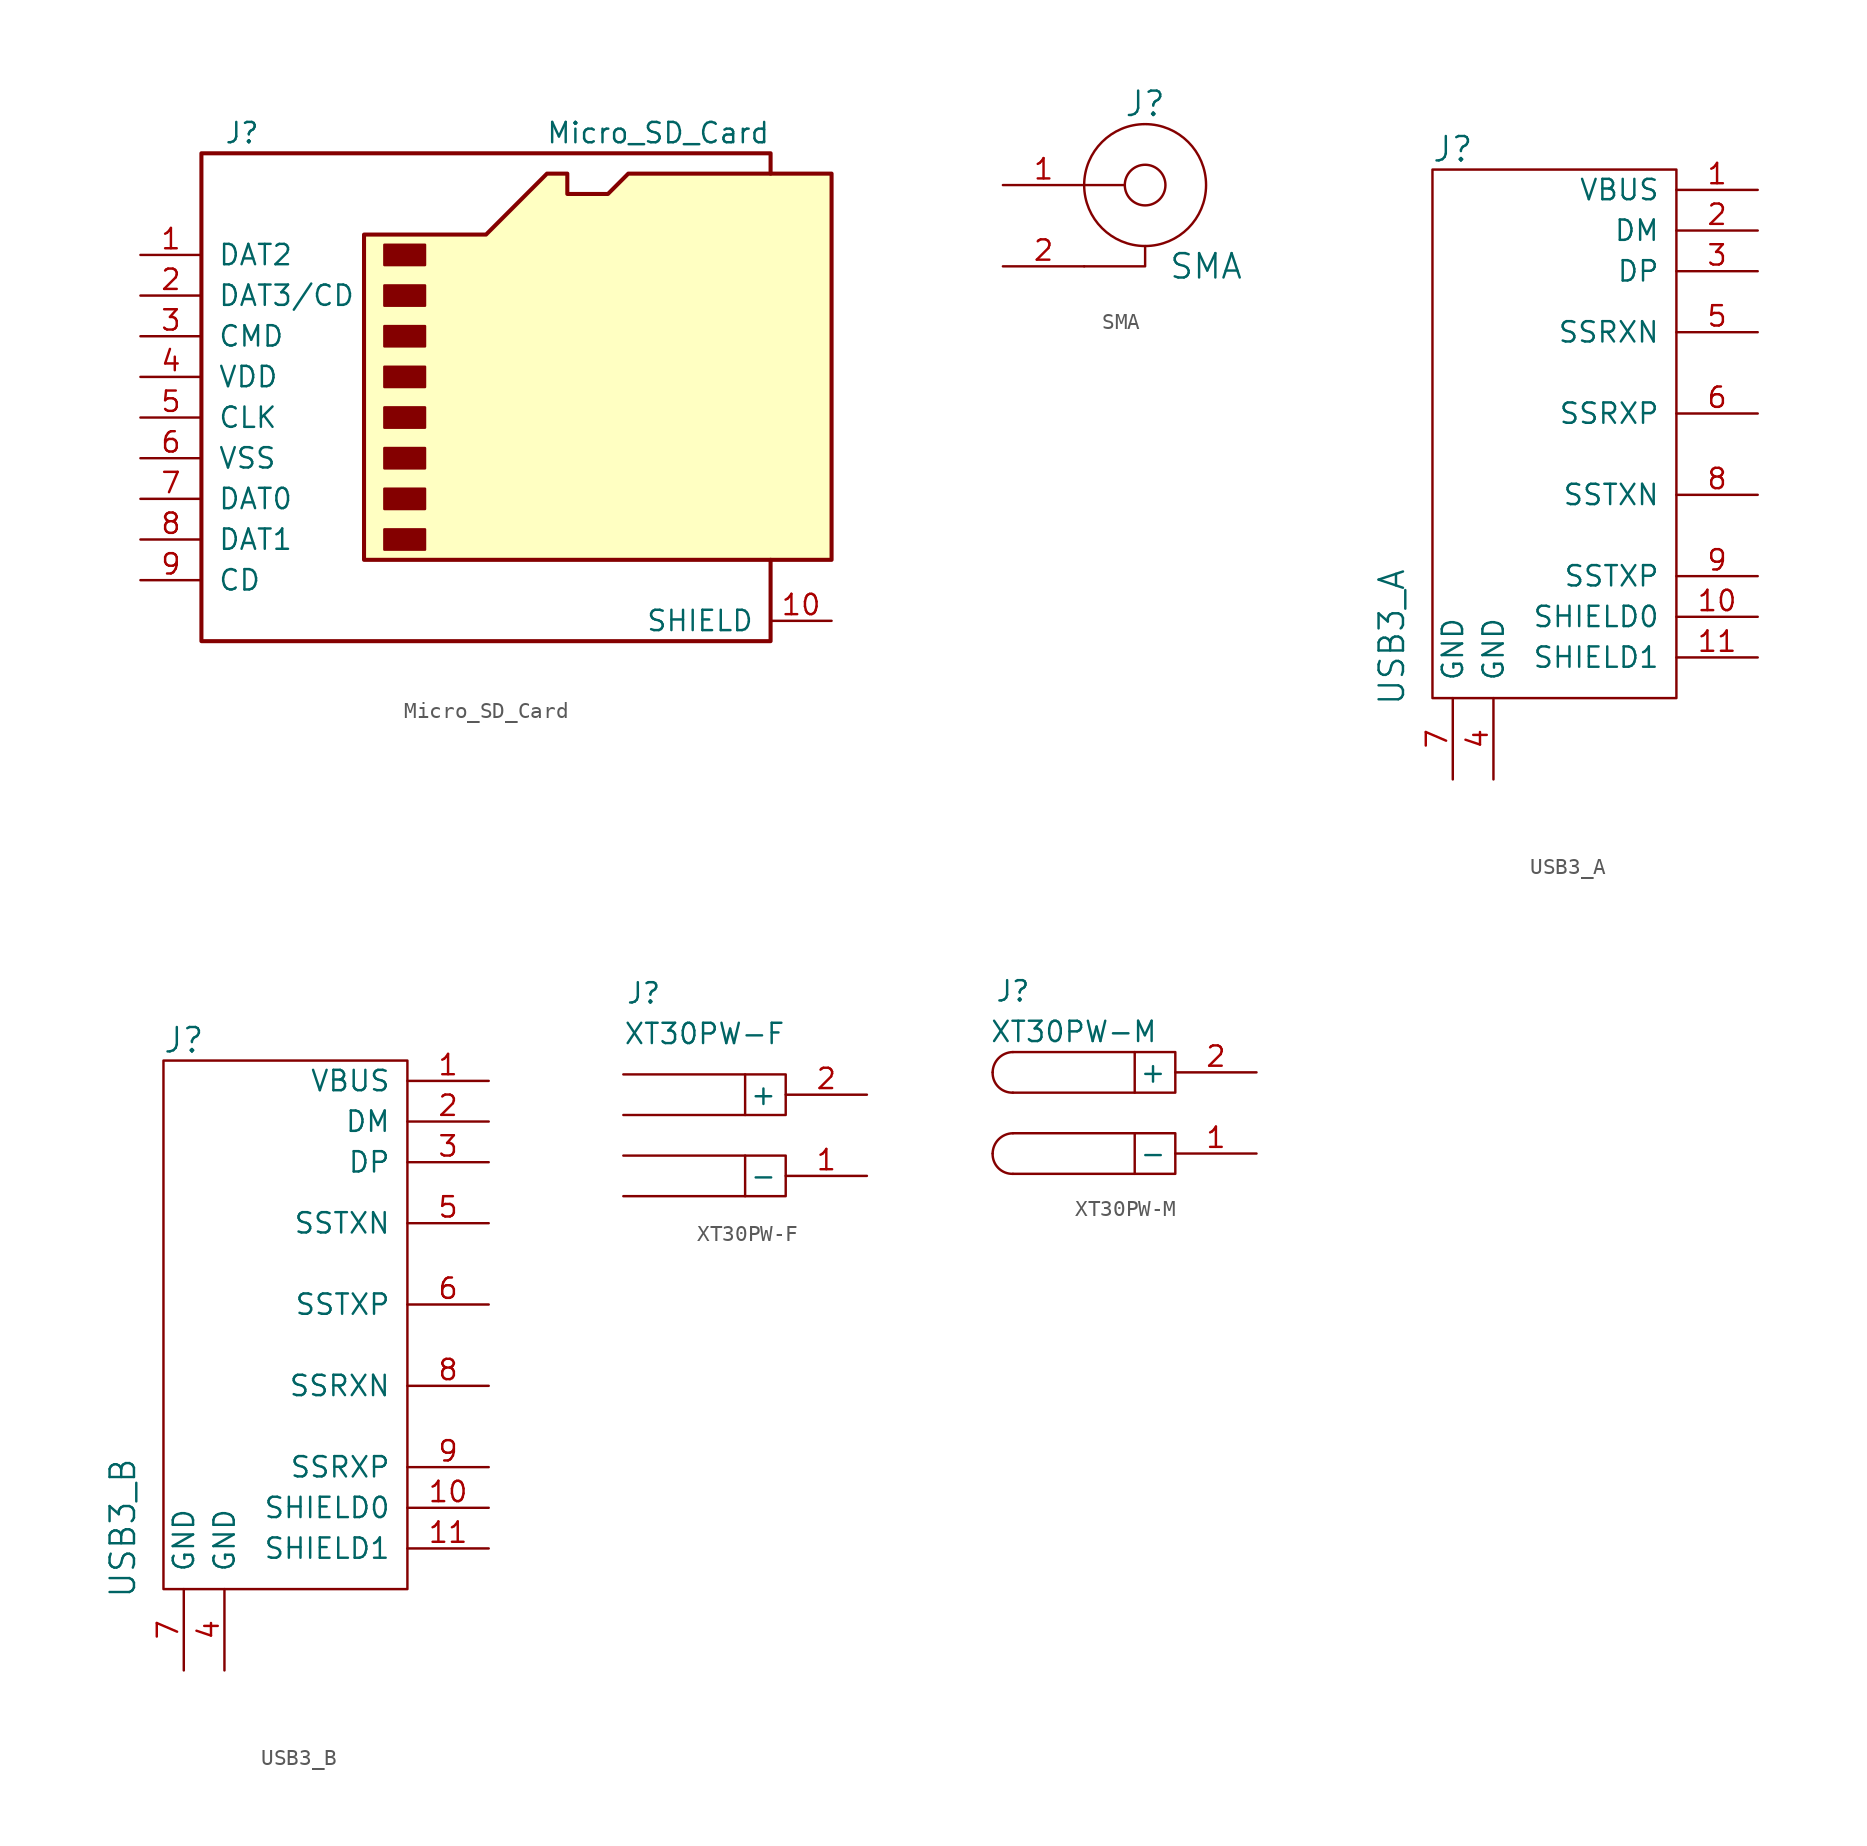
<source format=kicad_sym>
(kicad_symbol_lib
  (version 20220914)
  (generator kicad_symbol_editor)
  (symbol "Micro_SD_Card"
    (pin_names
      (offset 1.016))
    (property "Reference" "J"
      (at -16.51 15.24 0)
      (effects (font (size 1.27 1.27))))
    (property "Value" "Micro_SD_Card"
      (at 16.51 15.24 0)
      (effects (font (size 1.27 1.27)) (justify right)))
    (symbol "Micro_SD_Card_0_1"
      (rectangle (start -7.62 -9.525) (end -5.08 -10.795) (stroke (width 0) (type default)) (fill (type outline)))
      (rectangle (start -7.62 -6.985) (end -5.08 -8.255) (stroke (width 0) (type default)) (fill (type outline)))
      (rectangle (start -7.62 -4.445) (end -5.08 -5.715) (stroke (width 0) (type default)) (fill (type outline)))
      (rectangle (start -7.62 -1.905) (end -5.08 -3.175) (stroke (width 0) (type default)) (fill (type outline)))
      (rectangle (start -7.62 0.635) (end -5.08 -0.635) (stroke (width 0) (type default)) (fill (type outline)))
      (rectangle (start -7.62 3.175) (end -5.08 1.905) (stroke (width 0) (type default)) (fill (type outline)))
      (rectangle (start -7.62 5.715) (end -5.08 4.445) (stroke (width 0) (type default)) (fill (type outline)))
      (rectangle (start -7.62 8.255) (end -5.08 6.985) (stroke (width 0) (type default)) (fill (type outline)))
      (polyline (pts (xy 16.51 12.7) (xy 16.51 13.97) (xy -19.05 13.97) (xy -19.05 -16.51) (xy 16.51 -16.51) (xy 16.51 -11.43)) (stroke (width 0.254) (type default)) (fill (type none)))
      (polyline (pts (xy -8.89 -11.43) (xy -8.89 8.89) (xy -1.27 8.89) (xy 2.54 12.7) (xy 3.81 12.7) (xy 3.81 11.43) (xy 6.35 11.43) (xy 7.62 12.7) (xy 20.32 12.7) (xy 20.32 -11.43) (xy -8.89 -11.43)) (stroke (width 0.254) (type default)) (fill (type background))))
    (symbol "Micro_SD_Card_1_1"
      (pin bidirectional line (at -22.86 7.62 0) (length 3.81) (name "DAT2" (effects (font (size 1.27 1.27)))) (number "1" (effects (font (size 1.27 1.27)))))
      (pin passive line (at 20.32 -15.24 180) (length 3.81) (name "SHIELD" (effects (font (size 1.27 1.27)))) (number "10" (effects (font (size 1.27 1.27)))))
      (pin bidirectional line (at -22.86 5.08 0) (length 3.81) (name "DAT3/CD" (effects (font (size 1.27 1.27)))) (number "2" (effects (font (size 1.27 1.27)))))
      (pin input line (at -22.86 2.54 0) (length 3.81) (name "CMD" (effects (font (size 1.27 1.27)))) (number "3" (effects (font (size 1.27 1.27)))))
      (pin power_in line (at -22.86 0 0) (length 3.81) (name "VDD" (effects (font (size 1.27 1.27)))) (number "4" (effects (font (size 1.27 1.27)))))
      (pin input line (at -22.86 -2.54 0) (length 3.81) (name "CLK" (effects (font (size 1.27 1.27)))) (number "5" (effects (font (size 1.27 1.27)))))
      (pin power_in line (at -22.86 -5.08 0) (length 3.81) (name "VSS" (effects (font (size 1.27 1.27)))) (number "6" (effects (font (size 1.27 1.27)))))
      (pin input line (at -22.86 -7.62 0) (length 3.81) (name "DAT0" (effects (font (size 1.27 1.27)))) (number "7" (effects (font (size 1.27 1.27)))))
      (pin input line (at -22.86 -10.16 0) (length 3.81) (name "DAT1" (effects (font (size 1.27 1.27)))) (number "8" (effects (font (size 1.27 1.27)))))
      (pin input line (at -22.86 -12.7 0) (length 3.81) (name "CD" (effects (font (size 1.27 1.27)))) (number "9" (effects (font (size 1.27 1.27)))))))
  (symbol "SMA"
    (pin_names
      (offset 1.016))
    (property "Reference" "J"
      (at 0 5.08 0)
      (effects (font (size 1.524 1.524))))
    (property "Value" "SMA"
      (at 3.81 -5.08 0)
      (effects (font (size 1.524 1.524))))
    (property "Footprint" ""
      (at 0 0 0)
      (effects (font (size 1.524 1.524))))
    (property "Datasheet" ""
      (at 0 0 0)
      (effects (font (size 1.524 1.524))))
    (symbol "SMA_0_1"
      (polyline (pts (xy -1.27 0) (xy -3.81 0)) (stroke (width 0) (type default)) (fill (type none)))
      (polyline (pts (xy 0 -3.81) (xy 0 -5.08) (xy -3.81 -5.08)) (stroke (width 0) (type default)) (fill (type none)))
      (circle (center 0 0) (radius 1.27) (stroke (width 0) (type default)) (fill (type none)))
      (circle (center 0 0) (radius 3.81) (stroke (width 0) (type default)) (fill (type none))))
    (symbol "SMA_1_1"
      (pin unspecified line (at -8.89 0 0) (length 5.08) (name "~" (effects (font (size 1.27 1.27)))) (number "1" (effects (font (size 1.27 1.27)))))
      (pin unspecified line (at -8.89 -5.08 0) (length 5.08) (name "~" (effects (font (size 1.27 1.27)))) (number "2" (effects (font (size 1.27 1.27)))))))
  (symbol "USB3_A"
    (pin_names
      (offset 1.016))
    (property "Reference" "J"
      (at -6.35 21.59 0)
      (effects (font (size 1.524 1.524))))
    (property "Value" "USB3_A"
      (at -10.16 -8.89 90)
      (effects (font (size 1.524 1.524))))
    (property "Footprint" ""
      (at 0 0 0)
      (effects (font (size 1.524 1.524))))
    (property "Datasheet" ""
      (at 0 0 0)
      (effects (font (size 1.524 1.524))))
    (symbol "USB3_A_0_1"
      (rectangle (start -7.62 -12.7) (end 7.62 20.32) (stroke (width 0) (type default)) (fill (type none))))
    (symbol "USB3_A_1_1"
      (pin unspecified line (at 12.7 19.05 180) (length 5.08) (name "VBUS" (effects (font (size 1.27 1.27)))) (number "1" (effects (font (size 1.27 1.27)))))
      (pin unspecified line (at 12.7 -7.62 180) (length 5.08) (name "SHIELD0" (effects (font (size 1.27 1.27)))) (number "10" (effects (font (size 1.27 1.27)))))
      (pin unspecified line (at 12.7 -10.16 180) (length 5.08) (name "SHIELD1" (effects (font (size 1.27 1.27)))) (number "11" (effects (font (size 1.27 1.27)))))
      (pin unspecified line (at 12.7 16.51 180) (length 5.08) (name "DM" (effects (font (size 1.27 1.27)))) (number "2" (effects (font (size 1.27 1.27)))))
      (pin unspecified line (at 12.7 13.97 180) (length 5.08) (name "DP" (effects (font (size 1.27 1.27)))) (number "3" (effects (font (size 1.27 1.27)))))
      (pin unspecified line (at -3.81 -17.78 90) (length 5.08) (name "GND" (effects (font (size 1.27 1.27)))) (number "4" (effects (font (size 1.27 1.27)))))
      (pin unspecified line (at 12.7 10.16 180) (length 5.08) (name "SSRXN" (effects (font (size 1.27 1.27)))) (number "5" (effects (font (size 1.27 1.27)))))
      (pin unspecified line (at 12.7 5.08 180) (length 5.08) (name "SSRXP" (effects (font (size 1.27 1.27)))) (number "6" (effects (font (size 1.27 1.27)))))
      (pin unspecified line (at -6.35 -17.78 90) (length 5.08) (name "GND" (effects (font (size 1.27 1.27)))) (number "7" (effects (font (size 1.27 1.27)))))
      (pin unspecified line (at 12.7 0 180) (length 5.08) (name "SSTXN" (effects (font (size 1.27 1.27)))) (number "8" (effects (font (size 1.27 1.27)))))
      (pin unspecified line (at 12.7 -5.08 180) (length 5.08) (name "SSTXP" (effects (font (size 1.27 1.27)))) (number "9" (effects (font (size 1.27 1.27)))))))
  (symbol "USB3_B"
    (pin_names
      (offset 1.016))
    (property "Reference" "J"
      (at -6.35 21.59 0)
      (effects (font (size 1.524 1.524))))
    (property "Value" "USB3_B"
      (at -10.16 -8.89 90)
      (effects (font (size 1.524 1.524))))
    (property "Footprint" ""
      (at 0 0 0)
      (effects (font (size 1.524 1.524))))
    (property "Datasheet" ""
      (at 0 0 0)
      (effects (font (size 1.524 1.524))))
    (symbol "USB3_B_0_1"
      (rectangle (start -7.62 -12.7) (end 7.62 20.32) (stroke (width 0) (type default)) (fill (type none))))
    (symbol "USB3_B_1_1"
      (pin unspecified line (at 12.7 19.05 180) (length 5.08) (name "VBUS" (effects (font (size 1.27 1.27)))) (number "1" (effects (font (size 1.27 1.27)))))
      (pin unspecified line (at 12.7 -7.62 180) (length 5.08) (name "SHIELD0" (effects (font (size 1.27 1.27)))) (number "10" (effects (font (size 1.27 1.27)))))
      (pin unspecified line (at 12.7 -10.16 180) (length 5.08) (name "SHIELD1" (effects (font (size 1.27 1.27)))) (number "11" (effects (font (size 1.27 1.27)))))
      (pin unspecified line (at 12.7 16.51 180) (length 5.08) (name "DM" (effects (font (size 1.27 1.27)))) (number "2" (effects (font (size 1.27 1.27)))))
      (pin unspecified line (at 12.7 13.97 180) (length 5.08) (name "DP" (effects (font (size 1.27 1.27)))) (number "3" (effects (font (size 1.27 1.27)))))
      (pin unspecified line (at -3.81 -17.78 90) (length 5.08) (name "GND" (effects (font (size 1.27 1.27)))) (number "4" (effects (font (size 1.27 1.27)))))
      (pin unspecified line (at 12.7 10.16 180) (length 5.08) (name "SSTXN" (effects (font (size 1.27 1.27)))) (number "5" (effects (font (size 1.27 1.27)))))
      (pin unspecified line (at 12.7 5.08 180) (length 5.08) (name "SSTXP" (effects (font (size 1.27 1.27)))) (number "6" (effects (font (size 1.27 1.27)))))
      (pin unspecified line (at -6.35 -17.78 90) (length 5.08) (name "GND" (effects (font (size 1.27 1.27)))) (number "7" (effects (font (size 1.27 1.27)))))
      (pin unspecified line (at 12.7 0 180) (length 5.08) (name "SSRXN" (effects (font (size 1.27 1.27)))) (number "8" (effects (font (size 1.27 1.27)))))
      (pin unspecified line (at 12.7 -5.08 180) (length 5.08) (name "SSRXP" (effects (font (size 1.27 1.27)))) (number "9" (effects (font (size 1.27 1.27)))))))
  (symbol "XT30PW-F"
    (property "Reference" "J"
      (at -5.08 8.89 0)
      (effects (font (size 1.27 1.27))))
    (property "Value" "XT30PW-F"
      (at -1.27 6.35 0)
      (effects (font (size 1.27 1.27))))
    (symbol "XT30PW-F_0_1"
      (polyline (pts (xy -6.35 -3.81) (xy 1.27 -3.81)) (stroke (width 0) (type default)) (fill (type none)))
      (polyline (pts (xy -6.35 1.27) (xy 1.27 1.27)) (stroke (width 0) (type default)) (fill (type none)))
      (polyline (pts (xy 1.27 -1.27) (xy -6.35 -1.27)) (stroke (width 0) (type default)) (fill (type none)))
      (polyline (pts (xy 1.27 3.81) (xy -6.35 3.81)) (stroke (width 0) (type default)) (fill (type none)))
      (rectangle (start 3.81 -1.27) (end 1.27 -3.81) (stroke (width 0) (type default)) (fill (type none)))
      (rectangle (start 3.81 3.81) (end 1.27 1.27) (stroke (width 0) (type default)) (fill (type none))))
    (symbol "XT30PW-F_1_1"
      (pin passive line (at 8.89 -2.54 180) (length 5.08) (name "-" (effects (font (size 1.27 1.27)))) (number "1" (effects (font (size 1.27 1.27)))))
      (pin passive line (at 8.89 2.54 180) (length 5.08) (name "+" (effects (font (size 1.27 1.27)))) (number "2" (effects (font (size 1.27 1.27)))))))
  (symbol "XT30PW-M"
    (property "Reference" "J"
      (at -8.89 7.62 0)
      (effects (font (size 1.27 1.27))))
    (property "Value" "XT30PW-M"
      (at -5.08 5.08 0)
      (effects (font (size 1.27 1.27))))
    (symbol "XT30PW-M_0_1"
      (arc (start -10.16 -2.54) (mid -9.7971 -3.4546) (end -8.89 -3.81) (stroke (width 0) (type default)) (fill (type none)))
      (arc (start -10.16 2.54) (mid -9.7971 1.6254) (end -8.89 1.27) (stroke (width 0) (type default)) (fill (type none)))
      (arc (start -8.89 -1.27) (mid -9.7788 -1.6434) (end -10.16 -2.54) (stroke (width 0) (type default)) (fill (type none)))
      (arc (start -8.89 3.81) (mid -9.7788 3.4366) (end -10.16 2.54) (stroke (width 0) (type default)) (fill (type none)))
      (polyline (pts (xy -8.89 -3.81) (xy -1.27 -3.81)) (stroke (width 0) (type default)) (fill (type none)))
      (polyline (pts (xy -8.89 1.27) (xy -1.27 1.27)) (stroke (width 0) (type default)) (fill (type none)))
      (polyline (pts (xy -1.27 -1.27) (xy -8.89 -1.27)) (stroke (width 0) (type default)) (fill (type none)))
      (polyline (pts (xy -1.27 3.81) (xy -8.89 3.81)) (stroke (width 0) (type default)) (fill (type none)))
      (rectangle (start 1.27 -1.27) (end -1.27 -3.81) (stroke (width 0) (type default)) (fill (type none)))
      (rectangle (start 1.27 3.81) (end -1.27 1.27) (stroke (width 0) (type default)) (fill (type none))))
    (symbol "XT30PW-M_1_1"
      (pin passive line (at 6.35 -2.54 180) (length 5.08) (name "-" (effects (font (size 1.27 1.27)))) (number "1" (effects (font (size 1.27 1.27)))))
      (pin passive line (at 6.35 2.54 180) (length 5.08) (name "+" (effects (font (size 1.27 1.27)))) (number "2" (effects (font (size 1.27 1.27))))))))
</source>
